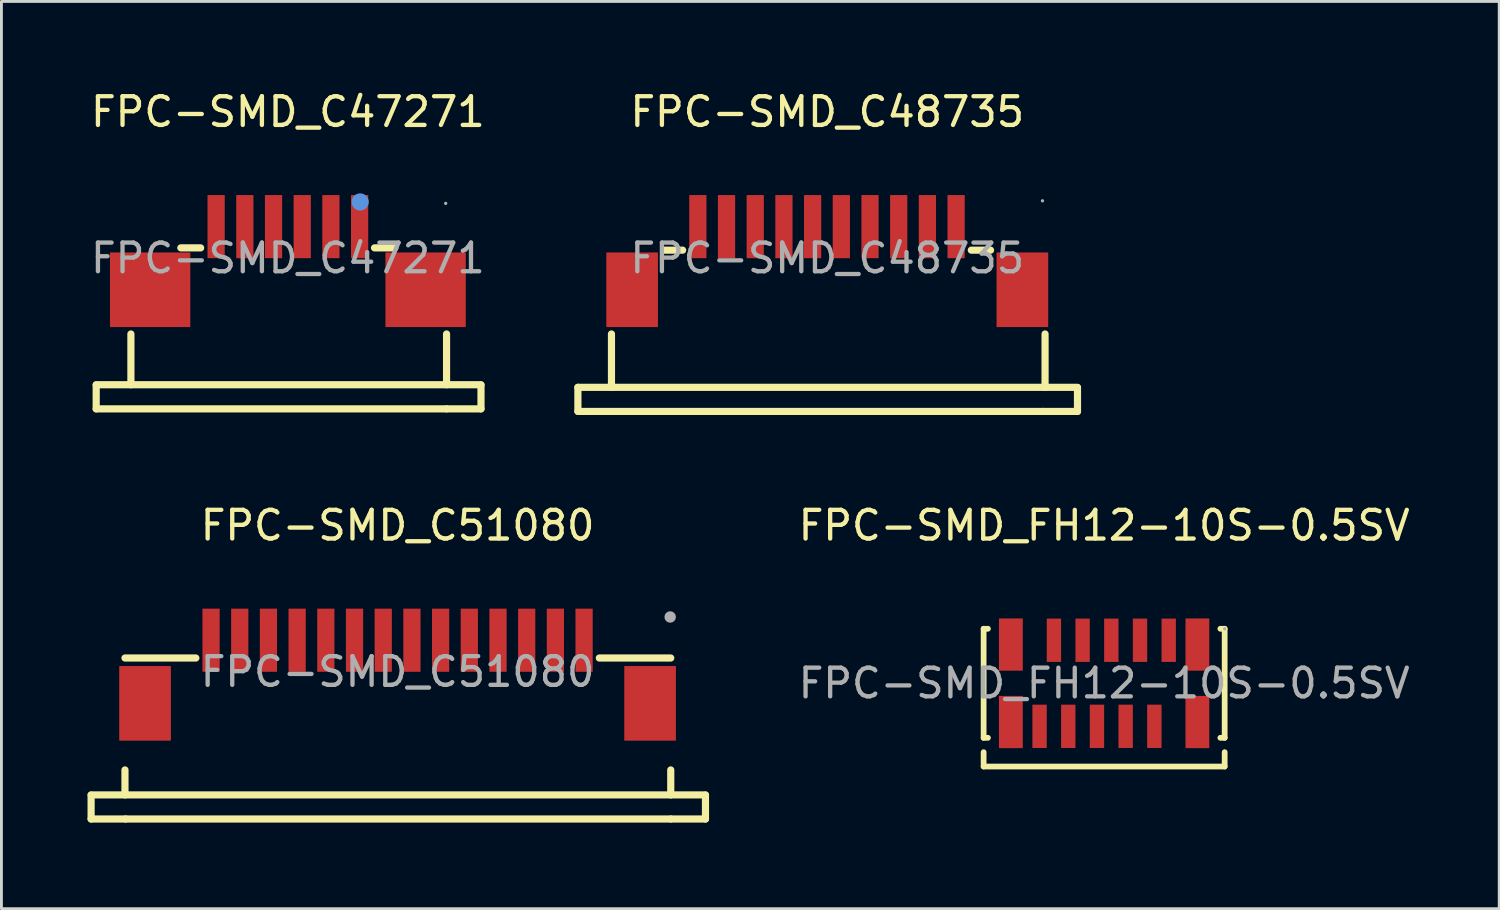
<source format=kicad_pcb>
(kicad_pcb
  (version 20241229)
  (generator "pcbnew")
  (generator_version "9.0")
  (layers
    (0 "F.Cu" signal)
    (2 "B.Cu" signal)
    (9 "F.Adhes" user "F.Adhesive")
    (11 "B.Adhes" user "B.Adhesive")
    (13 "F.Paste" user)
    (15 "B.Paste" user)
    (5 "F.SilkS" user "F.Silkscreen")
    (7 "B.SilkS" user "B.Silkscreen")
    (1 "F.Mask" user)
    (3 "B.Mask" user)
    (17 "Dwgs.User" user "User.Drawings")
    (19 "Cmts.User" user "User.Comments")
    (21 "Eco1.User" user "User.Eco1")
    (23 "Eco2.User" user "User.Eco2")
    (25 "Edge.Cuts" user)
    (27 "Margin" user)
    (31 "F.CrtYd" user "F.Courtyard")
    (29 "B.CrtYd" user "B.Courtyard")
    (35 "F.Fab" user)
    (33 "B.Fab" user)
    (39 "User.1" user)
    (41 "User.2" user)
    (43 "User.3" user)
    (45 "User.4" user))
  (footprint "FPC-SMD_C48735"
    (layer "F.Cu")
    (at 25.779 5.948)
    (property "Reference" "FPC-SMD_C48735" (at 0 -5.1 0) (layer "F.SilkS") (effects (font (size 1 1) (thickness 0.15))))
    (attr through_hole)
    (fp_line (start -8.69 5.33) (end -8.69 4.5) (stroke (width 0.25) (type solid)) (layer "F.SilkS"))
    (fp_line (start -8.69 5.34) (end 7.51 5.34) (stroke (width 0.25) (type solid)) (layer "F.SilkS"))
    (fp_line (start -7.52 4.5) (end -7.52 2.64) (stroke (width 0.25) (type solid)) (layer "F.SilkS"))
    (fp_line (start -5.68 -0.28) (end -5.04 -0.28) (stroke (width 0.25) (type solid)) (layer "F.SilkS"))
    (fp_line (start 5.02 -0.28) (end 5.69 -0.28) (stroke (width 0.25) (type solid)) (layer "F.SilkS"))
    (fp_line (start 7.59 4.5) (end 7.59 2.64) (stroke (width 0.25) (type solid)) (layer "F.SilkS"))
    (fp_line (start 8.72 4.5) (end -8.69 4.5) (stroke (width 0.25) (type solid)) (layer "F.SilkS"))
    (fp_line (start 8.72 5.34) (end 7.52 5.34) (stroke (width 0.25) (type solid)) (layer "F.SilkS"))
    (fp_line (start 8.72 5.34) (end 8.72 4.51) (stroke (width 0.25) (type solid)) (layer "F.SilkS"))
    (fp_circle (center 7.5 -2) (end 7.53 -2) (stroke (width 0.06) (type solid)) (fill no) (layer "F.Fab"))
    (fp_text user "${REFERENCE}" (at 0 0 0) (layer "F.Fab") (effects (font (size 1 1) (thickness 0.15))))
    (pad "1" smd rect (at 4.49 -1.1 180) (size 0.6 2.2) (layers "F.Cu" "F.Mask" "F.Paste"))
    (pad "2" smd rect (at 3.49 -1.1 180) (size 0.6 2.2) (layers "F.Cu" "F.Mask" "F.Paste"))
    (pad "3" smd rect (at 2.49 -1.1 180) (size 0.6 2.2) (layers "F.Cu" "F.Mask" "F.Paste"))
    (pad "4" smd rect (at 1.49 -1.1 180) (size 0.6 2.2) (layers "F.Cu" "F.Mask" "F.Paste"))
    (pad "5" smd rect (at 0.49 -1.1 180) (size 0.6 2.2) (layers "F.Cu" "F.Mask" "F.Paste"))
    (pad "6" smd rect (at -0.51 -1.1 180) (size 0.6 2.2) (layers "F.Cu" "F.Mask" "F.Paste"))
    (pad "7" smd rect (at -1.51 -1.1 180) (size 0.6 2.2) (layers "F.Cu" "F.Mask" "F.Paste"))
    (pad "8" smd rect (at -2.51 -1.1 180) (size 0.6 2.2) (layers "F.Cu" "F.Mask" "F.Paste"))
    (pad "9" smd rect (at -3.51 -1.1 180) (size 0.6 2.2) (layers "F.Cu" "F.Mask" "F.Paste"))
    (pad "10" smd rect (at -4.51 -1.1 180) (size 0.6 2.2) (layers "F.Cu" "F.Mask" "F.Paste"))
    (pad "11" smd rect (at -6.8 1.1 270) (size 2.6 1.8) (layers "F.Cu" "F.Mask" "F.Paste"))
    (pad "12" smd rect (at 6.8 1.1 270) (size 2.6 1.8) (layers "F.Cu" "F.Mask" "F.Paste")))
  (footprint "FPC-SMD_C47271"
    (layer "F.Cu")
    (at 6.982 5.948)
    (property "Reference" "FPC-SMD_C47271" (at 0 -5.1 0) (layer "F.SilkS") (effects (font (size 1 1) (thickness 0.15))))
    (attr through_hole)
    (fp_line (start -6.68 5.25) (end -6.68 4.42) (stroke (width 0.25) (type solid)) (layer "F.SilkS"))
    (fp_line (start -6.68 5.25) (end 5.52 5.25) (stroke (width 0.25) (type solid)) (layer "F.SilkS"))
    (fp_line (start -5.47 4.41) (end -5.47 2.64) (stroke (width 0.25) (type solid)) (layer "F.SilkS"))
    (fp_line (start -3.73 -0.36) (end -3.04 -0.36) (stroke (width 0.25) (type solid)) (layer "F.SilkS"))
    (fp_line (start 3.02 -0.36) (end 3.73 -0.36) (stroke (width 0.25) (type solid)) (layer "F.SilkS"))
    (fp_line (start 5.53 4.41) (end 5.53 2.64) (stroke (width 0.25) (type solid)) (layer "F.SilkS"))
    (fp_line (start 6.73 4.41) (end -6.68 4.41) (stroke (width 0.25) (type solid)) (layer "F.SilkS"))
    (fp_line (start 6.73 5.25) (end 5.53 5.25) (stroke (width 0.25) (type solid)) (layer "F.SilkS"))
    (fp_line (start 6.73 5.25) (end 6.73 4.42) (stroke (width 0.25) (type solid)) (layer "F.SilkS"))
    (fp_circle (center 2.52 -1.96) (end 2.67 -1.96) (stroke (width 0.3) (type solid)) (fill no) (layer "Cmts.User"))
    (fp_circle (center 5.5 -1.91) (end 5.53 -1.91) (stroke (width 0.06) (type solid)) (fill no) (layer "F.Fab"))
    (fp_text user "${REFERENCE}" (at 0 0 0) (layer "F.Fab") (effects (font (size 1 1) (thickness 0.15))))
    (pad "1" smd rect (at 2.5 -1.1 180) (size 0.6 2.2) (layers "F.Cu" "F.Mask" "F.Paste"))
    (pad "2" smd rect (at 1.5 -1.1 180) (size 0.6 2.2) (layers "F.Cu" "F.Mask" "F.Paste"))
    (pad "3" smd rect (at 0.5 -1.1 180) (size 0.6 2.2) (layers "F.Cu" "F.Mask" "F.Paste"))
    (pad "4" smd rect (at -0.5 -1.1 180) (size 0.6 2.2) (layers "F.Cu" "F.Mask" "F.Paste"))
    (pad "5" smd rect (at -1.5 -1.1 180) (size 0.6 2.2) (layers "F.Cu" "F.Mask" "F.Paste"))
    (pad "6" smd rect (at -2.5 -1.1 180) (size 0.6 2.2) (layers "F.Cu" "F.Mask" "F.Paste"))
    (pad "7" smd rect (at -4.8 1.1) (size 2.8 2.6) (layers "F.Cu" "F.Mask" "F.Paste"))
    (pad "8" smd rect (at 4.8 1.1) (size 2.8 2.6) (layers "F.Cu" "F.Mask" "F.Paste")))
  (footprint "FPC-SMD_C51080"
    (layer "F.Cu")
    (at 10.805 20.361)
    (property "Reference" "FPC-SMD_C51080" (at 0 -5.1 0) (layer "F.SilkS") (effects (font (size 1 1) (thickness 0.15))))
    (attr through_hole)
    (fp_line (start -10.68 5.13) (end -10.68 4.3) (stroke (width 0.25) (type solid)) (layer "F.SilkS"))
    (fp_line (start -10.68 5.13) (end -9.48 5.13) (stroke (width 0.25) (type solid)) (layer "F.SilkS"))
    (fp_line (start -9.5 -0.48) (end -7.03 -0.48) (stroke (width 0.25) (type solid)) (layer "F.SilkS"))
    (fp_line (start -9.5 4.29) (end -9.5 3.42) (stroke (width 0.25) (type solid)) (layer "F.SilkS"))
    (fp_line (start -9.48 5.13) (end 9.52 5.13) (stroke (width 0.25) (type solid)) (layer "F.SilkS"))
    (fp_line (start 7.03 -0.48) (end 9.52 -0.48) (stroke (width 0.25) (type solid)) (layer "F.SilkS"))
    (fp_line (start 9.52 3.42) (end 9.52 4.29) (stroke (width 0.25) (type solid)) (layer "F.SilkS"))
    (fp_line (start 10.73 4.29) (end -10.68 4.29) (stroke (width 0.25) (type solid)) (layer "F.SilkS"))
    (fp_line (start 10.73 5.13) (end 9.53 5.13) (stroke (width 0.25) (type solid)) (layer "F.SilkS"))
    (fp_line (start 10.73 5.13) (end 10.73 4.3) (stroke (width 0.25) (type solid)) (layer "F.SilkS"))
    (fp_circle (center 9.5 -1.91) (end 9.6 -1.91) (stroke (width 0.2) (type solid)) (fill no) (layer "F.Fab"))
    (fp_text user "${REFERENCE}" (at 0 0 0) (layer "F.Fab") (effects (font (size 1 1) (thickness 0.15))))
    (pad "1" smd rect (at 6.5 -1.1 180) (size 0.6 2.2) (layers "F.Cu" "F.Mask" "F.Paste"))
    (pad "2" smd rect (at 5.5 -1.1 180) (size 0.6 2.2) (layers "F.Cu" "F.Mask" "F.Paste"))
    (pad "3" smd rect (at 4.5 -1.1 180) (size 0.6 2.2) (layers "F.Cu" "F.Mask" "F.Paste"))
    (pad "4" smd rect (at 3.5 -1.1 180) (size 0.6 2.2) (layers "F.Cu" "F.Mask" "F.Paste"))
    (pad "5" smd rect (at 2.5 -1.1 180) (size 0.6 2.2) (layers "F.Cu" "F.Mask" "F.Paste"))
    (pad "6" smd rect (at 1.5 -1.1 180) (size 0.6 2.2) (layers "F.Cu" "F.Mask" "F.Paste"))
    (pad "7" smd rect (at 0.5 -1.1 180) (size 0.6 2.2) (layers "F.Cu" "F.Mask" "F.Paste"))
    (pad "8" smd rect (at -0.5 -1.1 180) (size 0.6 2.2) (layers "F.Cu" "F.Mask" "F.Paste"))
    (pad "9" smd rect (at -1.5 -1.1 180) (size 0.6 2.2) (layers "F.Cu" "F.Mask" "F.Paste"))
    (pad "10" smd rect (at -2.5 -1.1 180) (size 0.6 2.2) (layers "F.Cu" "F.Mask" "F.Paste"))
    (pad "11" smd rect (at -3.5 -1.1 180) (size 0.6 2.2) (layers "F.Cu" "F.Mask" "F.Paste"))
    (pad "12" smd rect (at -4.5 -1.1 180) (size 0.6 2.2) (layers "F.Cu" "F.Mask" "F.Paste"))
    (pad "13" smd rect (at -5.5 -1.1 180) (size 0.6 2.2) (layers "F.Cu" "F.Mask" "F.Paste"))
    (pad "14" smd rect (at -6.5 -1.1 180) (size 0.6 2.2) (layers "F.Cu" "F.Mask" "F.Paste"))
    (pad "15" smd rect (at -8.8 1.1) (size 1.8 2.6) (layers "F.Cu" "F.Mask" "F.Paste"))
    (pad "16" smd rect (at 8.8 1.1) (size 1.8 2.6) (layers "F.Cu" "F.Mask" "F.Paste")))
  (footprint "FPC-SMD_FH12-10S-0.5SV"
    (layer "F.Cu")
    (at 35.428 20.762)
    (property "Reference" "FPC-SMD_FH12-10S-0.5SV" (at 0 -5.5 0) (layer "F.SilkS") (effects (font (size 1 1) (thickness 0.15))))
    (attr through_hole)
    (fp_line (start -4.2 1.9) (end -4.2 -1.9) (stroke (width 0.2) (type solid)) (layer "F.SilkS"))
    (fp_line (start -4.2 2.4) (end -4.2 2.9) (stroke (width 0.2) (type solid)) (layer "F.SilkS"))
    (fp_line (start -4.2 2.9) (end 4.2 2.9) (stroke (width 0.2) (type solid)) (layer "F.SilkS"))
    (fp_line (start -4.05 -1.9) (end -4.2 -1.9) (stroke (width 0.2) (type solid)) (layer "F.SilkS"))
    (fp_line (start -4.05 1.9) (end -4.2 1.9) (stroke (width 0.2) (type solid)) (layer "F.SilkS"))
    (fp_line (start 4.05 -1.9) (end 4.2 -1.9) (stroke (width 0.2) (type solid)) (layer "F.SilkS"))
    (fp_line (start 4.2 -1.9) (end 4.2 1.9) (stroke (width 0.2) (type solid)) (layer "F.SilkS"))
    (fp_line (start 4.2 1.9) (end 4.05 1.9) (stroke (width 0.2) (type solid)) (layer "F.SilkS"))
    (fp_line (start 4.2 2.9) (end 4.2 2.4) (stroke (width 0.2) (type solid)) (layer "F.SilkS"))
    (fp_circle (center 4.2 -1.9) (end 4.23 -1.9) (stroke (width 0.06) (type solid)) (fill no) (layer "F.Fab"))
    (fp_text user "${REFERENCE}" (at 0 0 0) (layer "F.Fab") (effects (font (size 1 1) (thickness 0.15))))
    (pad "1" smd rect (at 2.25 -1.5 270) (size 1.51 0.5) (layers "F.Cu" "F.Mask" "F.Paste"))
    (pad "2" smd rect (at 1.75 1.5 270) (size 1.51 0.5) (layers "F.Cu" "F.Mask" "F.Paste"))
    (pad "3" smd rect (at 1.25 -1.5 270) (size 1.51 0.5) (layers "F.Cu" "F.Mask" "F.Paste"))
    (pad "4" smd rect (at 0.75 1.5 270) (size 1.51 0.5) (layers "F.Cu" "F.Mask" "F.Paste"))
    (pad "5" smd rect (at 0.25 -1.5 270) (size 1.51 0.5) (layers "F.Cu" "F.Mask" "F.Paste"))
    (pad "6" smd rect (at -0.25 1.5 270) (size 1.51 0.5) (layers "F.Cu" "F.Mask" "F.Paste"))
    (pad "7" smd rect (at -0.75 -1.5 270) (size 1.51 0.5) (layers "F.Cu" "F.Mask" "F.Paste"))
    (pad "8" smd rect (at -1.25 1.5 270) (size 1.51 0.5) (layers "F.Cu" "F.Mask" "F.Paste"))
    (pad "9" smd rect (at -1.75 -1.5 270) (size 1.51 0.5) (layers "F.Cu" "F.Mask" "F.Paste"))
    (pad "10" smd rect (at -2.25 1.5 270) (size 1.51 0.5) (layers "F.Cu" "F.Mask" "F.Paste"))
    (pad "11" smd rect (at 3.25 -1.35 270) (size 1.82 0.83) (layers "F.Cu" "F.Mask" "F.Paste"))
    (pad "12" smd rect (at 3.25 1.35 270) (size 1.82 0.83) (layers "F.Cu" "F.Mask" "F.Paste"))
    (pad "13" smd rect (at -3.25 -1.35 90) (size 1.82 0.83) (layers "F.Cu" "F.Mask" "F.Paste"))
    (pad "14" smd rect (at -3.25 1.35 90) (size 1.82 0.83) (layers "F.Cu" "F.Mask" "F.Paste")))
  (gr_rect
    (start -3 -3)
    (end 49.196 28.616)
    (stroke (width 0.1) (type default))
    (fill no)
    (layer "Edge.Cuts")))
</source>
